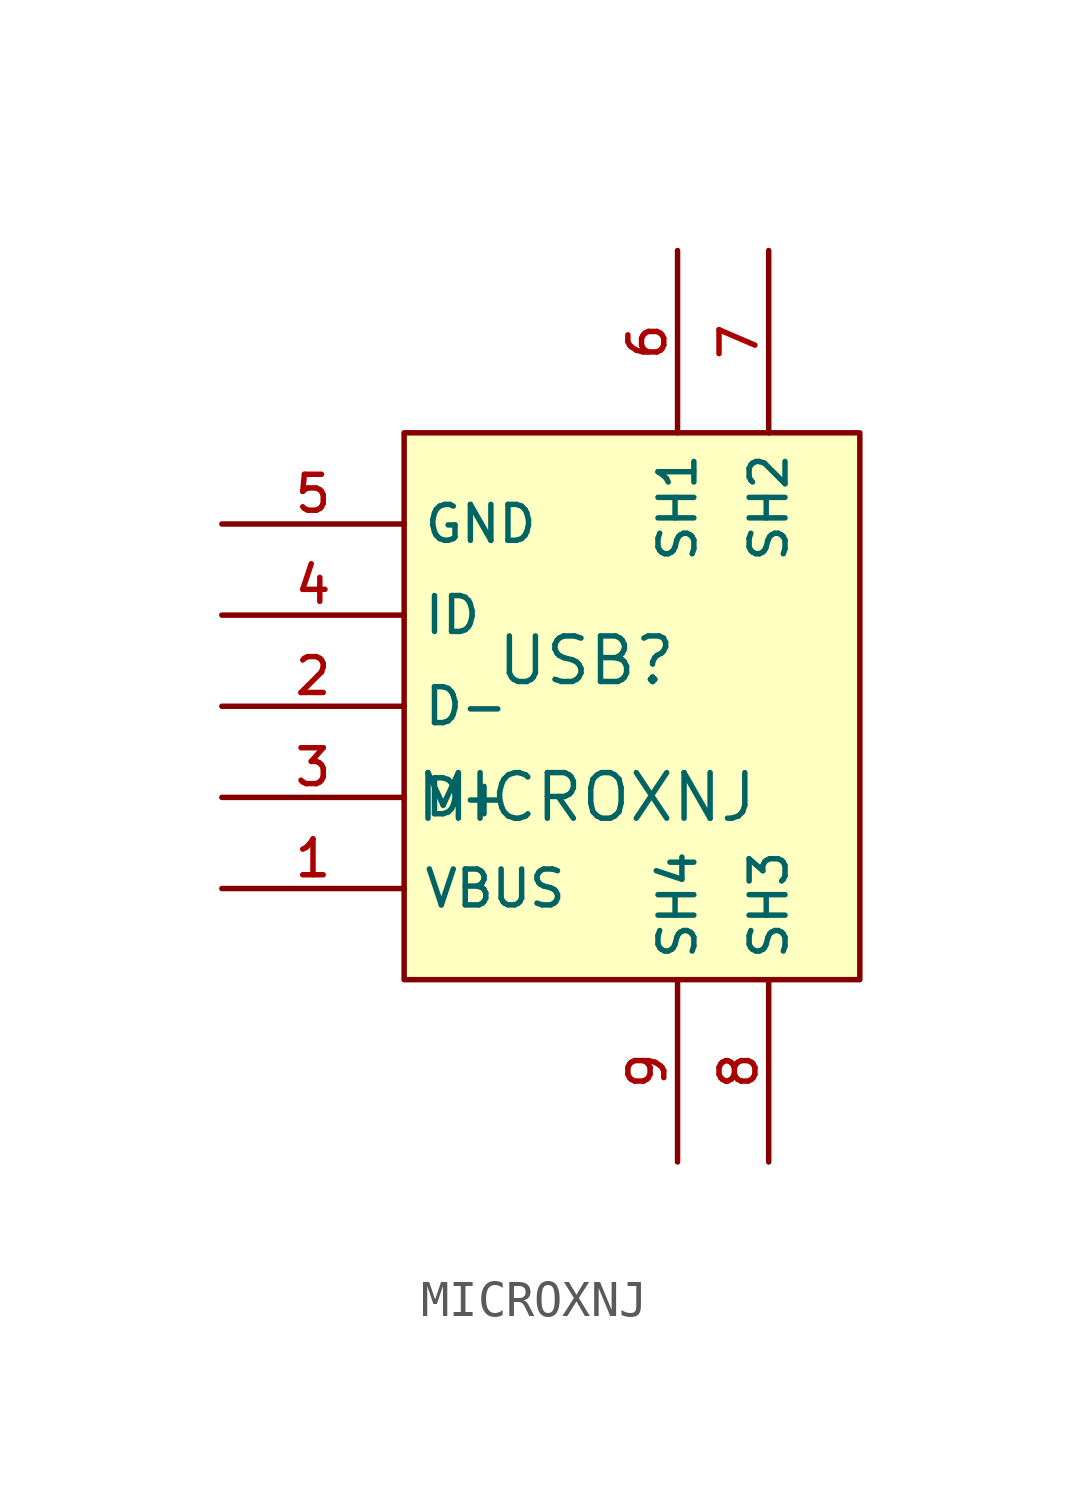
<source format=kicad_sym>
(kicad_symbol_lib
  (version 20231120)
  (generator "kicad_symbol_editor")
  (generator_version "8.0")
  (symbol "MICROXNJ"
    (property "Reference" "USB"
      (at 0 1.27 0)
      (effects (font (size 1.27 1.27))))
    (property "Value" "MICROXNJ"
      (at 0 -2.54 0)
      (effects (font (size 1.27 1.27))))
    (symbol "MICROXNJ_0_1"
      (rectangle (start -5.08 7.62) (end 7.62 -7.62) (stroke (width 0) (type default)) (fill (type background))))
    (symbol "MICROXNJ_1_1"
      (pin power_in line (at -10.16 -5.08 0) (length 5.08) (name "VBUS" (effects (font (size 1 1)))) (number "1" (effects (font (size 1 1)))))
      (pin bidirectional line (at -10.16 0 0) (length 5.08) (name "D-" (effects (font (size 1 1)))) (number "2" (effects (font (size 1 1)))))
      (pin bidirectional line (at -10.16 -2.54 0) (length 5.08) (name "D+" (effects (font (size 1 1)))) (number "3" (effects (font (size 1 1)))))
      (pin passive line (at -10.16 2.54 0) (length 5.08) (name "ID" (effects (font (size 1 1)))) (number "4" (effects (font (size 1 1)))))
      (pin power_in line (at -10.16 5.08 0) (length 5.08) (name "GND" (effects (font (size 1 1)))) (number "5" (effects (font (size 1 1)))))
      (pin passive line (at 2.54 12.7 270) (length 5.08) (name "SH1" (effects (font (size 1 1)))) (number "6" (effects (font (size 1 1)))))
      (pin passive line (at 5.08 12.7 270) (length 5.08) (name "SH2" (effects (font (size 1 1)))) (number "7" (effects (font (size 1 1)))))
      (pin passive line (at 5.08 -12.7 90) (length 5.08) (name "SH3" (effects (font (size 1 1)))) (number "8" (effects (font (size 1 1)))))
      (pin passive line (at 2.54 -12.7 90) (length 5.08) (name "SH4" (effects (font (size 1 1)))) (number "9" (effects (font (size 1 1))))))))
</source>
